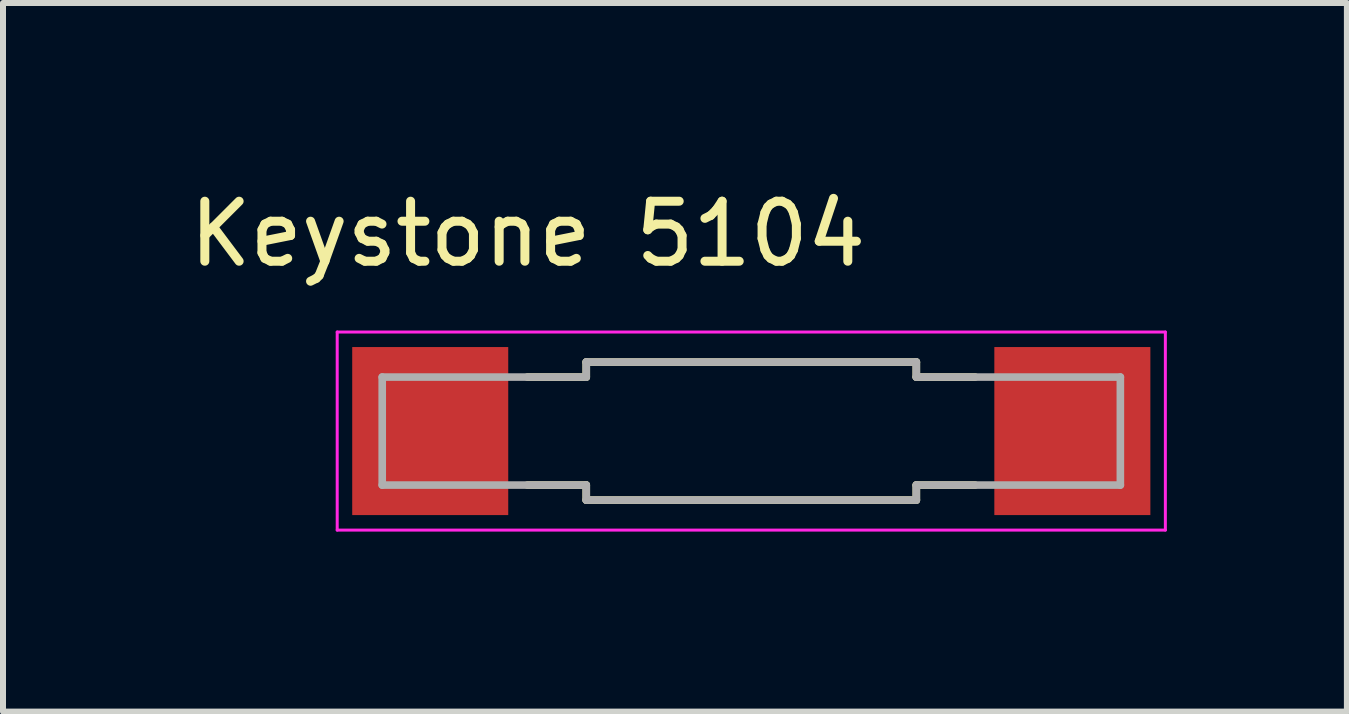
<source format=kicad_pcb>
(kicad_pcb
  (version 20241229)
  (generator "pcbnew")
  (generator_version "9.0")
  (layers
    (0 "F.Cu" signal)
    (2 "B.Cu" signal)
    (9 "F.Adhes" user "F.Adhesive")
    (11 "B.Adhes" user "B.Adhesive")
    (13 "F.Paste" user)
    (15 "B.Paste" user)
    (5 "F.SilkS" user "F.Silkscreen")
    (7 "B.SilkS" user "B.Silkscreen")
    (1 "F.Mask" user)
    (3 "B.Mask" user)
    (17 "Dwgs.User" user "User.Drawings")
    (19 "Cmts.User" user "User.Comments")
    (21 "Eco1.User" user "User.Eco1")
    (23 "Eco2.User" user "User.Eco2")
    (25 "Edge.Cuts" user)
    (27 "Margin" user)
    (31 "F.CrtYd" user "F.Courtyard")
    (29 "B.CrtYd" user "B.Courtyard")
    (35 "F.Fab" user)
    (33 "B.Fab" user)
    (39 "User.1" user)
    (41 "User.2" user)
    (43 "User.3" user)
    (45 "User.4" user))
  (footprint "Keystone 5104"
    (layer "F.Cu")
    (at 9.469 4.133)
    (property "Reference" "Keystone 5104" (at -3.725 -3.285 0) (layer "F.SilkS") (effects (font (size 1 1) (thickness 0.15))))
    (attr smd)
    (fp_line (start -3.73 -0.9) (end -2.75 -0.9) (stroke (width 0.127) (type solid)) (layer "F.SilkS"))
    (fp_line (start -2.75 -1.15) (end 2.75 -1.15) (stroke (width 0.127) (type solid)) (layer "F.SilkS"))
    (fp_line (start -2.75 -0.9) (end -2.75 -1.15) (stroke (width 0.127) (type solid)) (layer "F.SilkS"))
    (fp_line (start -2.75 0.9) (end -3.73 0.9) (stroke (width 0.127) (type solid)) (layer "F.SilkS"))
    (fp_line (start -2.75 1.15) (end -2.75 0.9) (stroke (width 0.127) (type solid)) (layer "F.SilkS"))
    (fp_line (start 2.75 -1.15) (end 2.75 -0.9) (stroke (width 0.127) (type solid)) (layer "F.SilkS"))
    (fp_line (start 2.75 -0.9) (end 3.73 -0.9) (stroke (width 0.127) (type solid)) (layer "F.SilkS"))
    (fp_line (start 2.75 0.9) (end 2.75 1.15) (stroke (width 0.127) (type solid)) (layer "F.SilkS"))
    (fp_line (start 2.75 1.15) (end -2.75 1.15) (stroke (width 0.127) (type solid)) (layer "F.SilkS"))
    (fp_line (start 3.73 0.9) (end 2.75 0.9) (stroke (width 0.127) (type solid)) (layer "F.SilkS"))
    (fp_line (start -6.9 -1.65) (end -6.9 1.65) (stroke (width 0.05) (type solid)) (layer "F.CrtYd"))
    (fp_line (start -6.9 1.65) (end 6.9 1.65) (stroke (width 0.05) (type solid)) (layer "F.CrtYd"))
    (fp_line (start 6.9 -1.65) (end -6.9 -1.65) (stroke (width 0.05) (type solid)) (layer "F.CrtYd"))
    (fp_line (start 6.9 1.65) (end 6.9 -1.65) (stroke (width 0.05) (type solid)) (layer "F.CrtYd"))
    (fp_line (start -6.15 -0.9) (end -2.75 -0.9) (stroke (width 0.127) (type solid)) (layer "F.Fab"))
    (fp_line (start -6.15 0.9) (end -6.15 -0.9) (stroke (width 0.127) (type solid)) (layer "F.Fab"))
    (fp_line (start -2.75 -1.15) (end 2.75 -1.15) (stroke (width 0.127) (type solid)) (layer "F.Fab"))
    (fp_line (start -2.75 -0.9) (end -2.75 -1.15) (stroke (width 0.127) (type solid)) (layer "F.Fab"))
    (fp_line (start -2.75 0.9) (end -6.15 0.9) (stroke (width 0.127) (type solid)) (layer "F.Fab"))
    (fp_line (start -2.75 1.15) (end -2.75 0.9) (stroke (width 0.127) (type solid)) (layer "F.Fab"))
    (fp_line (start 2.75 -1.15) (end 2.75 -0.9) (stroke (width 0.127) (type solid)) (layer "F.Fab"))
    (fp_line (start 2.75 -0.9) (end 6.15 -0.9) (stroke (width 0.127) (type solid)) (layer "F.Fab"))
    (fp_line (start 2.75 0.9) (end 2.75 1.15) (stroke (width 0.127) (type solid)) (layer "F.Fab"))
    (fp_line (start 2.75 1.15) (end -2.75 1.15) (stroke (width 0.127) (type solid)) (layer "F.Fab"))
    (fp_line (start 6.15 -0.9) (end 6.15 0.9) (stroke (width 0.127) (type solid)) (layer "F.Fab"))
    (fp_line (start 6.15 0.9) (end 2.75 0.9) (stroke (width 0.127) (type solid)) (layer "F.Fab"))
    (pad "1" smd rect (at -5.35 0) (size 2.6 2.8) (layers "F.Cu" "F.Mask" "F.Paste"))
    (pad "2" smd rect (at 5.35 0) (size 2.6 2.8) (layers "F.Cu" "F.Mask" "F.Paste")))
  (gr_rect
    (start -3 -3)
    (end 19.394 8.808)
    (stroke (width 0.1) (type default))
    (fill no)
    (layer "Edge.Cuts")))
</source>
